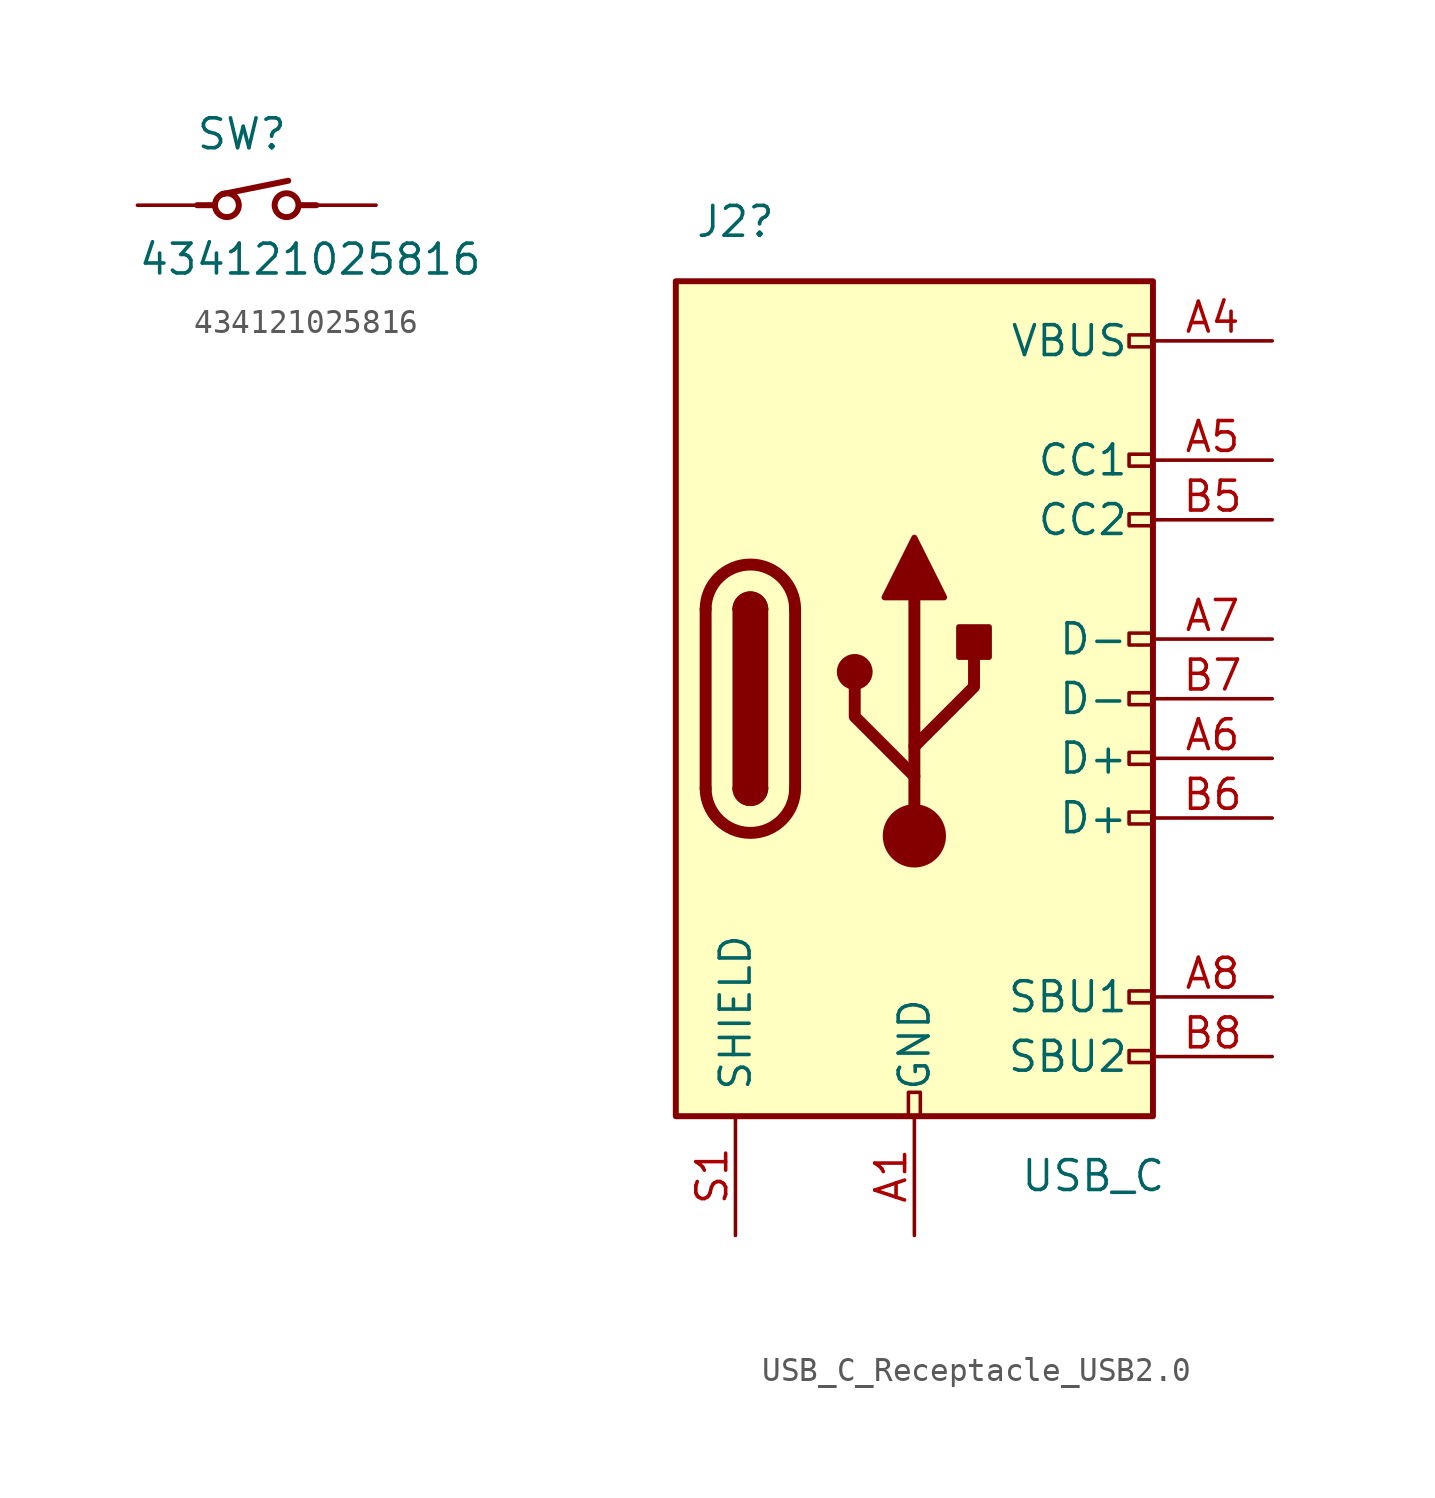
<source format=kicad_sym>
(kicad_symbol_lib
  (version 20241209)
  (generator "kicad_symbol_editor")
  (generator_version "9.0")
  (symbol "434121025816"
    (pin_numbers
      (hide yes))
    (pin_names
      (offset 1.016))
    (property "Reference" "SW"
      (at -0.635 2.286 0)
      (effects (font (size 1.27 1.27)) (justify bottom)))
    (property "Value" "434121025816"
      (at -5.08 -3.048 0)
      (effects (font (size 1.27 1.27)) (justify left bottom)))
    (symbol "434121025816_0_0"
      (polyline (pts (xy -2.54 0) (xy -1.805 0)) (stroke (width 0.254) (type default)) (fill (type none)))
      (polyline (pts (xy -1.47 0.47) (xy 1.34 1.04)) (stroke (width 0.254) (type default)) (fill (type none)))
      (circle (center -1.27 0) (radius 0.508) (stroke (width 0.254) (type default)) (fill (type none)))
      (circle (center 1.27 0) (radius 0.508) (stroke (width 0.254) (type default)) (fill (type none)))
      (polyline (pts (xy 1.805 0) (xy 2.54 0)) (stroke (width 0.254) (type default)) (fill (type none)))
      (pin passive line (at -5.08 0 0) (length 2.54) (name "~" (effects (font (size 1.016 1.016)))) (number "1" (effects (font (size 1.016 1.016)))))
      (pin passive line (at 5.08 0 180) (length 2.54) (name "~" (effects (font (size 1.016 1.016)))) (number "2" (effects (font (size 1.016 1.016)))))))
  (symbol "USB_C_Receptacle_USB2.0"
    (pin_names
      (offset 1.016))
    (property "Reference" "J2"
      (at -7.62 20.32 0)
      (effects (font (size 1.27 1.27))))
    (property "Value" "USB_C"
      (at 7.62 -20.32 0)
      (effects (font (size 1.27 1.27))))
    (symbol "USB_C_Receptacle_USB2.0_0_0"
      (rectangle (start -0.254 -17.78) (end 0.254 -16.764) (stroke (width 0) (type default)) (fill (type none)))
      (rectangle (start 10.16 15.494) (end 9.144 14.986) (stroke (width 0) (type default)) (fill (type none)))
      (rectangle (start 10.16 10.414) (end 9.144 9.906) (stroke (width 0) (type default)) (fill (type none)))
      (rectangle (start 10.16 7.874) (end 9.144 7.366) (stroke (width 0) (type default)) (fill (type none)))
      (rectangle (start 10.16 2.794) (end 9.144 2.286) (stroke (width 0) (type default)) (fill (type none)))
      (rectangle (start 10.16 0.254) (end 9.144 -0.254) (stroke (width 0) (type default)) (fill (type none)))
      (rectangle (start 10.16 -2.286) (end 9.144 -2.794) (stroke (width 0) (type default)) (fill (type none)))
      (rectangle (start 10.16 -4.826) (end 9.144 -5.334) (stroke (width 0) (type default)) (fill (type none)))
      (rectangle (start 10.16 -12.446) (end 9.144 -12.954) (stroke (width 0) (type default)) (fill (type none)))
      (rectangle (start 10.16 -14.986) (end 9.144 -15.494) (stroke (width 0) (type default)) (fill (type none))))
    (symbol "USB_C_Receptacle_USB2.0_0_1"
      (rectangle (start -10.16 17.78) (end 10.16 -17.78) (stroke (width 0.254) (type default)) (fill (type background)))
      (polyline (pts (xy -8.89 -3.81) (xy -8.89 3.81)) (stroke (width 0.508) (type default)) (fill (type none)))
      (rectangle (start -7.62 -3.81) (end -6.35 3.81) (stroke (width 0.254) (type default)) (fill (type outline)))
      (arc (start -7.62 3.81) (mid -6.985 4.4423) (end -6.35 3.81) (stroke (width 0.254) (type default)) (fill (type none)))
      (arc (start -7.62 3.81) (mid -6.985 4.4423) (end -6.35 3.81) (stroke (width 0.254) (type default)) (fill (type outline)))
      (arc (start -8.89 3.81) (mid -6.985 5.7067) (end -5.08 3.81) (stroke (width 0.508) (type default)) (fill (type none)))
      (arc (start -5.08 -3.81) (mid -6.985 -5.7067) (end -8.89 -3.81) (stroke (width 0.508) (type default)) (fill (type none)))
      (arc (start -6.35 -3.81) (mid -6.985 -4.4423) (end -7.62 -3.81) (stroke (width 0.254) (type default)) (fill (type none)))
      (arc (start -6.35 -3.81) (mid -6.985 -4.4423) (end -7.62 -3.81) (stroke (width 0.254) (type default)) (fill (type outline)))
      (polyline (pts (xy -5.08 3.81) (xy -5.08 -3.81)) (stroke (width 0.508) (type default)) (fill (type none)))
      (circle (center -2.54 1.143) (radius 0.635) (stroke (width 0.254) (type default)) (fill (type outline)))
      (polyline (pts (xy -1.27 4.318) (xy 0 6.858) (xy 1.27 4.318) (xy -1.27 4.318)) (stroke (width 0.254) (type default)) (fill (type outline)))
      (polyline (pts (xy 0 -2.032) (xy 2.54 0.508) (xy 2.54 1.778)) (stroke (width 0.508) (type default)) (fill (type none)))
      (polyline (pts (xy 0 -3.302) (xy -2.54 -0.762) (xy -2.54 0.508)) (stroke (width 0.508) (type default)) (fill (type none)))
      (polyline (pts (xy 0 -5.842) (xy 0 4.318)) (stroke (width 0.508) (type default)) (fill (type none)))
      (circle (center 0 -5.842) (radius 1.27) (stroke (width 0) (type default)) (fill (type outline)))
      (rectangle (start 1.905 1.778) (end 3.175 3.048) (stroke (width 0.254) (type default)) (fill (type outline))))
    (symbol "USB_C_Receptacle_USB2.0_1_1"
      (pin passive line (at -7.62 -22.86 90) (length 5.08) (name "SHIELD" (effects (font (size 1.27 1.27)))) (number "S1" (effects (font (size 1.27 1.27)))))
      (pin passive line (at 0 -22.86 90) (length 5.08) (name "GND" (effects (font (size 1.27 1.27)))) (number "A1" (effects (font (size 1.27 1.27)))))
      (pin passive line (at 0 -22.86 90) (length 5.08) (hide yes) (name "GND" (effects (font (size 1.27 1.27)))) (number "A12" (effects (font (size 1.27 1.27)))))
      (pin passive line (at 0 -22.86 90) (length 5.08) (hide yes) (name "GND" (effects (font (size 1.27 1.27)))) (number "B1" (effects (font (size 1.27 1.27)))))
      (pin passive line (at 0 -22.86 90) (length 5.08) (hide yes) (name "GND" (effects (font (size 1.27 1.27)))) (number "B12" (effects (font (size 1.27 1.27)))))
      (pin passive line (at 15.24 15.24 180) (length 5.08) (name "VBUS" (effects (font (size 1.27 1.27)))) (number "A4" (effects (font (size 1.27 1.27)))))
      (pin passive line (at 15.24 15.24 180) (length 5.08) (hide yes) (name "VBUS" (effects (font (size 1.27 1.27)))) (number "A9" (effects (font (size 1.27 1.27)))))
      (pin passive line (at 15.24 15.24 180) (length 5.08) (hide yes) (name "VBUS" (effects (font (size 1.27 1.27)))) (number "B4" (effects (font (size 1.27 1.27)))))
      (pin passive line (at 15.24 15.24 180) (length 5.08) (hide yes) (name "VBUS" (effects (font (size 1.27 1.27)))) (number "B9" (effects (font (size 1.27 1.27)))))
      (pin bidirectional line (at 15.24 10.16 180) (length 5.08) (name "CC1" (effects (font (size 1.27 1.27)))) (number "A5" (effects (font (size 1.27 1.27)))))
      (pin bidirectional line (at 15.24 7.62 180) (length 5.08) (name "CC2" (effects (font (size 1.27 1.27)))) (number "B5" (effects (font (size 1.27 1.27)))))
      (pin bidirectional line (at 15.24 2.54 180) (length 5.08) (name "D-" (effects (font (size 1.27 1.27)))) (number "A7" (effects (font (size 1.27 1.27)))))
      (pin bidirectional line (at 15.24 0 180) (length 5.08) (name "D-" (effects (font (size 1.27 1.27)))) (number "B7" (effects (font (size 1.27 1.27)))))
      (pin bidirectional line (at 15.24 -2.54 180) (length 5.08) (name "D+" (effects (font (size 1.27 1.27)))) (number "A6" (effects (font (size 1.27 1.27)))))
      (pin bidirectional line (at 15.24 -5.08 180) (length 5.08) (name "D+" (effects (font (size 1.27 1.27)))) (number "B6" (effects (font (size 1.27 1.27)))))
      (pin bidirectional line (at 15.24 -12.7 180) (length 5.08) (name "SBU1" (effects (font (size 1.27 1.27)))) (number "A8" (effects (font (size 1.27 1.27)))))
      (pin bidirectional line (at 15.24 -15.24 180) (length 5.08) (name "SBU2" (effects (font (size 1.27 1.27)))) (number "B8" (effects (font (size 1.27 1.27))))))))
</source>
